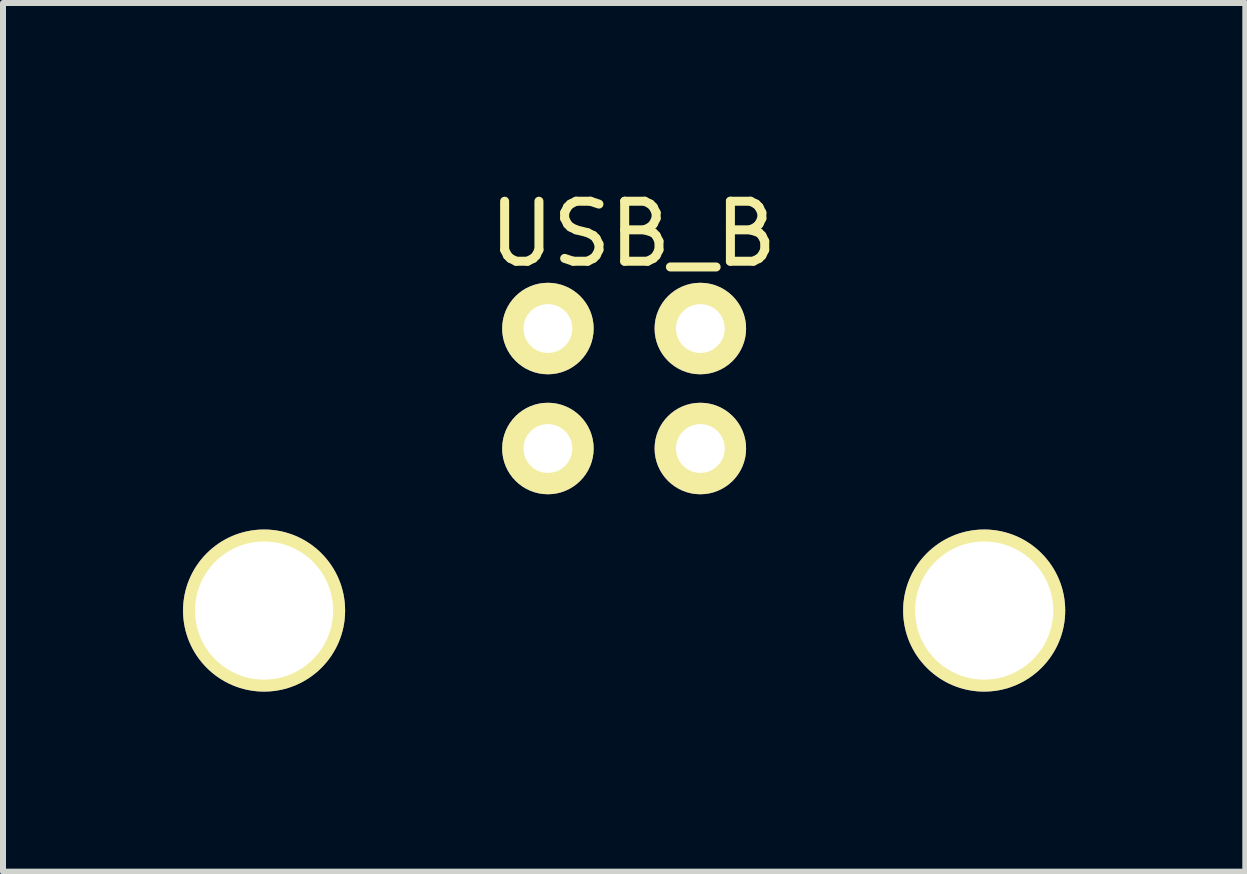
<source format=kicad_pcb>
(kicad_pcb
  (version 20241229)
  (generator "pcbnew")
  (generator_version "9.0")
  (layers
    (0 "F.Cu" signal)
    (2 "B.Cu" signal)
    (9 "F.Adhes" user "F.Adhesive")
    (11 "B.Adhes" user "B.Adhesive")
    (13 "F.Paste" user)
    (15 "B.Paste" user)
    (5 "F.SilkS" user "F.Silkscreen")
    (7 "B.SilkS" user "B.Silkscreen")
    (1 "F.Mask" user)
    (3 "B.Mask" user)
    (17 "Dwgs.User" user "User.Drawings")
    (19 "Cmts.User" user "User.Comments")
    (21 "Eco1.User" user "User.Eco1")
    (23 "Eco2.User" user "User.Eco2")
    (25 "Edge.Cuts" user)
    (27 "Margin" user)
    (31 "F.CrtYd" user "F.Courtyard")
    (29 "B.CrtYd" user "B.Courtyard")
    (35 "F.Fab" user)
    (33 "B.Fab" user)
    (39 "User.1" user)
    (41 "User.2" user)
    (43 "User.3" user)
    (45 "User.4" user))
  (footprint "USB_B"
    (layer "F.Cu")
    (at 6.079 2.423)
    (property "Reference" "USB_B" (at 1.422 -1.575 0) (layer "F.SilkS") (effects (font (size 1 1) (thickness 0.15))))
    (attr through_hole)
    (pad "1" thru_hole circle (at 0 0.001 180) (size 1.524 1.524) (drill 0.813) (layers "*.Cu" "*.Mask" "F.SilkS"))
    (pad "2" thru_hole circle (at 2.54 0.001 180) (size 1.524 1.524) (drill 0.813) (layers "*.Cu" "*.Mask" "F.SilkS"))
    (pad "3" thru_hole circle (at 2.54 2 180) (size 1.524 1.524) (drill 0.813) (layers "*.Cu" "*.Mask" "F.SilkS"))
    (pad "4" thru_hole circle (at 0 2 180) (size 1.524 1.524) (drill 0.813) (layers "*.Cu" "*.Mask" "F.SilkS"))
    (pad "5" thru_hole circle (at -4.729 4.7 180) (size 2.7 2.7) (drill 2.301) (layers "*.Cu" "*.Mask" "F.SilkS"))
    (pad "5" thru_hole circle (at 7.269 4.7 180) (size 2.7 2.7) (drill 2.301) (layers "*.Cu" "*.Mask" "F.SilkS")))
  (gr_rect
    (start -3 -3)
    (end 17.699 11.473)
    (stroke (width 0.1) (type default))
    (fill no)
    (layer "Edge.Cuts")))
</source>
